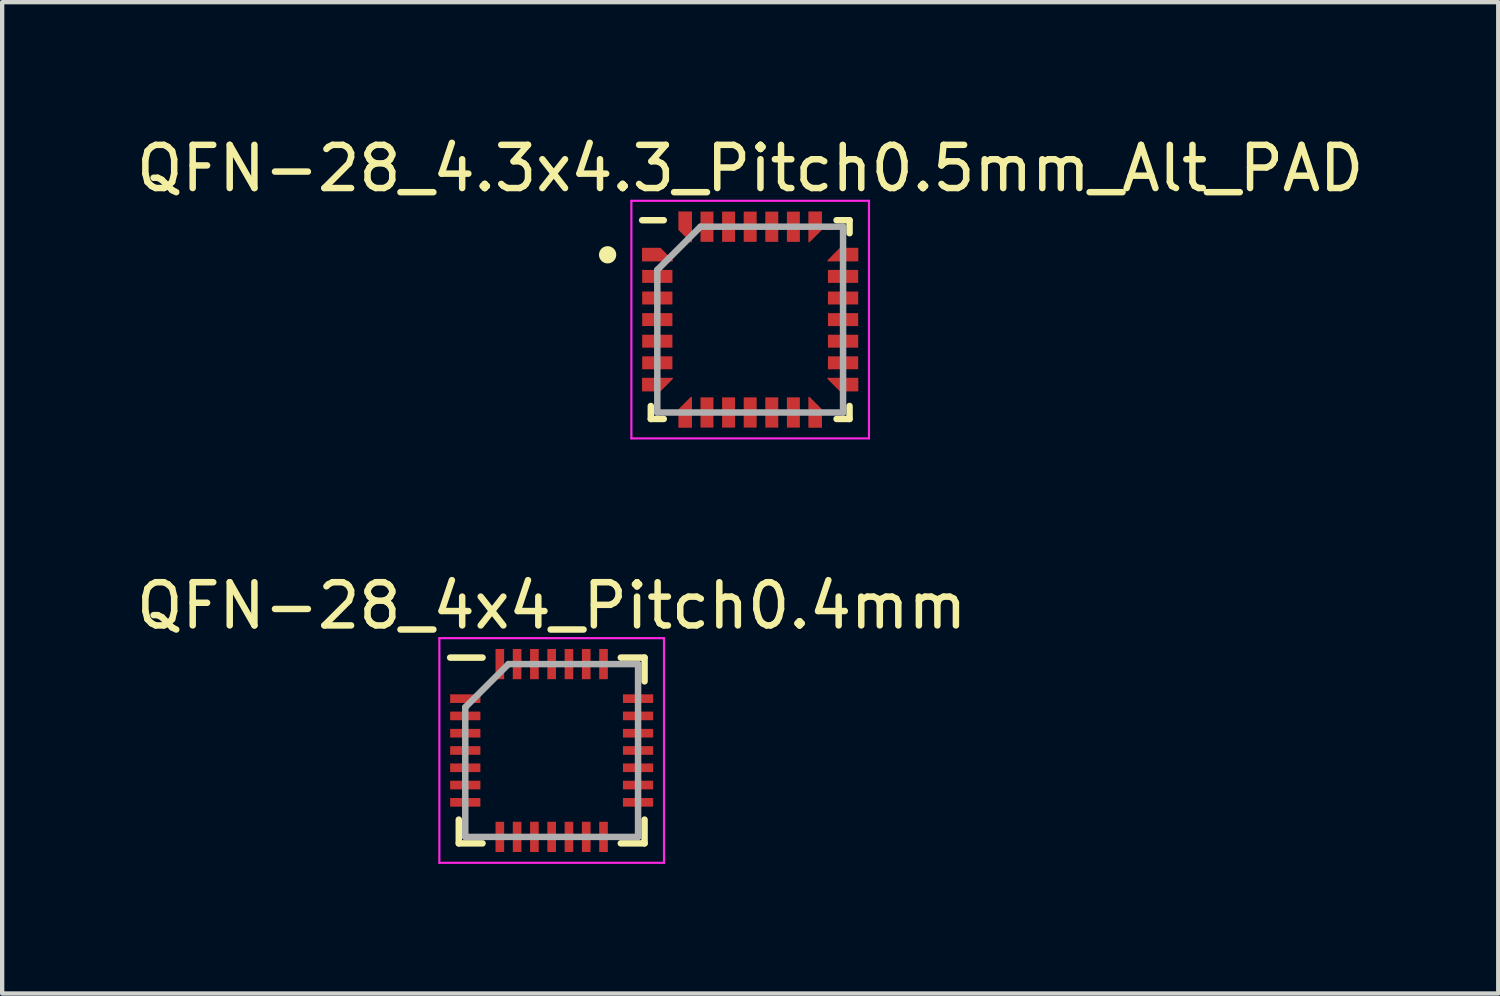
<source format=kicad_pcb>
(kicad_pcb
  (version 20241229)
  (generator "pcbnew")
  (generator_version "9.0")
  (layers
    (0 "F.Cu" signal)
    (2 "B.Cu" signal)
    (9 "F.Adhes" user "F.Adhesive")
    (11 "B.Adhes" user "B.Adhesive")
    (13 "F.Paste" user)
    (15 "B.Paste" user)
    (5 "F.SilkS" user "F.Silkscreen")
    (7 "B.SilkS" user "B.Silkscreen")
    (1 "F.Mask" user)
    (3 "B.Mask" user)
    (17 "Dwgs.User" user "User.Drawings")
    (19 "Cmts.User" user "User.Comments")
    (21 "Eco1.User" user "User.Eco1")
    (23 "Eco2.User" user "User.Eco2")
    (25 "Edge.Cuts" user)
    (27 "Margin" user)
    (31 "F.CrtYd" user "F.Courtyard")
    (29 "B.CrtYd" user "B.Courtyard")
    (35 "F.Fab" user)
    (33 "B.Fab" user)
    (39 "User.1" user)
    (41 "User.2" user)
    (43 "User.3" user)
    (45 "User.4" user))
  (footprint "QFN-28_4.3x4.3_Pitch0.5mm_Alt_PAD"
    (layer "F.Cu")
    (at 14.315 4.348)
    (property "Reference" "QFN-28_4.3x4.3_Pitch0.5mm_Alt_PAD" (at 0 -3.5 0) (layer "F.SilkS") (effects (font (size 1 1) (thickness 0.15))))
    (attr smd)
    (fp_line (start -2.3 2.3) (end -2.3 2) (stroke (width 0.15) (type solid)) (layer "F.SilkS"))
    (fp_line (start -2 -2.3) (end -2.5 -2.3) (stroke (width 0.15) (type solid)) (layer "F.SilkS"))
    (fp_line (start -2 2.3) (end -2.3 2.3) (stroke (width 0.15) (type solid)) (layer "F.SilkS"))
    (fp_line (start 2 -2.3) (end 2.3 -2.3) (stroke (width 0.15) (type solid)) (layer "F.SilkS"))
    (fp_line (start 2 2.3) (end 2.3 2.3) (stroke (width 0.15) (type solid)) (layer "F.SilkS"))
    (fp_line (start 2.3 -2.3) (end 2.3 -2) (stroke (width 0.15) (type solid)) (layer "F.SilkS"))
    (fp_line (start 2.3 2.3) (end 2.3 2) (stroke (width 0.15) (type solid)) (layer "F.SilkS"))
    (fp_circle (center -3.3 -1.5) (end -3.4 -1.5) (stroke (width 0.2) (type solid)) (fill no) (layer "F.SilkS"))
    (fp_line (start -2.75 -2.75) (end 2.75 -2.75) (stroke (width 0.05) (type solid)) (layer "F.CrtYd"))
    (fp_line (start -2.75 2.75) (end -2.75 -2.75) (stroke (width 0.05) (type solid)) (layer "F.CrtYd"))
    (fp_line (start 2.75 -2.75) (end 2.75 2.75) (stroke (width 0.05) (type solid)) (layer "F.CrtYd"))
    (fp_line (start 2.75 2.75) (end -2.75 2.75) (stroke (width 0.05) (type solid)) (layer "F.CrtYd"))
    (fp_line (start -2.15 -1.15) (end -2.15 2.15) (stroke (width 0.15) (type solid)) (layer "F.Fab"))
    (fp_line (start -2.15 2.15) (end 2.15 2.15) (stroke (width 0.15) (type solid)) (layer "F.Fab"))
    (fp_line (start -1.15 -2.15) (end -2.15 -1.15) (stroke (width 0.15) (type solid)) (layer "F.Fab"))
    (fp_line (start 2.15 -2.15) (end -1.15 -2.15) (stroke (width 0.15) (type solid)) (layer "F.Fab"))
    (fp_line (start 2.15 2.15) (end 2.15 -2.15) (stroke (width 0.15) (type solid)) (layer "F.Fab"))
    (pad "1" smd custom (at -2.15 -1.5 270) (size 0.3 0.1) (layers "F.Cu" "F.Mask" "F.Paste") (options (anchor rect)) (primitives (gr_poly (pts (xy 0.148 -0.355) (xy 0.148 0.348) (xy -0.157 0.348) (xy -0.157 -0.071) (xy 0.128 -0.355)) (width 0.01) (fill yes))))
    (pad "2" smd rect (at -2.15 -1 90) (size 0.3 0.7) (layers "F.Cu" "F.Mask" "F.Paste"))
    (pad "3" smd rect (at -2.15 -0.5 90) (size 0.3 0.7) (layers "F.Cu" "F.Mask" "F.Paste"))
    (pad "4" smd rect (at -2.15 0 90) (size 0.3 0.7) (layers "F.Cu" "F.Mask" "F.Paste"))
    (pad "5" smd rect (at -2.15 0.5 90) (size 0.3 0.7) (layers "F.Cu" "F.Mask" "F.Paste"))
    (pad "6" smd rect (at -2.15 1 90) (size 0.3 0.7) (layers "F.Cu" "F.Mask" "F.Paste"))
    (pad "7" smd custom (at -2.15 1.5 90) (size 0.3 0.1) (layers "F.Cu" "F.Mask" "F.Paste") (options (anchor rect)) (primitives (gr_poly (pts (xy 0.148 0.355) (xy 0.148 -0.348) (xy -0.157 -0.348) (xy -0.157 0.071) (xy 0.128 0.355)) (width 0.01) (fill yes))))
    (pad "8" smd custom (at -1.5 2.15) (size 0.3 0.1) (layers "F.Cu" "F.Mask" "F.Paste") (options (anchor rect)) (primitives (gr_poly (pts (xy 0.148 -0.355) (xy 0.148 0.348) (xy -0.157 0.348) (xy -0.157 -0.071) (xy 0.128 -0.355)) (width 0.01) (fill yes))))
    (pad "9" smd rect (at -1 2.15) (size 0.3 0.7) (layers "F.Cu" "F.Mask" "F.Paste"))
    (pad "10" smd rect (at -0.5 2.15) (size 0.3 0.7) (layers "F.Cu" "F.Mask" "F.Paste"))
    (pad "11" smd rect (at 0 2.15) (size 0.3 0.7) (layers "F.Cu" "F.Mask" "F.Paste"))
    (pad "12" smd rect (at 0.5 2.15) (size 0.3 0.7) (layers "F.Cu" "F.Mask" "F.Paste"))
    (pad "13" smd rect (at 1 2.15) (size 0.3 0.7) (layers "F.Cu" "F.Mask" "F.Paste"))
    (pad "14" smd custom (at 1.5 2.15 180) (size 0.3 0.1) (layers "F.Cu" "F.Mask" "F.Paste") (options (anchor rect)) (primitives (gr_poly (pts (xy 0.148 0.355) (xy 0.148 -0.348) (xy -0.157 -0.348) (xy -0.157 0.071) (xy 0.128 0.355)) (width 0.01) (fill yes))))
    (pad "15" smd custom (at 2.15 1.5 90) (size 0.3 0.1) (layers "F.Cu" "F.Mask" "F.Paste") (options (anchor rect)) (primitives (gr_poly (pts (xy 0.148 -0.355) (xy 0.148 0.348) (xy -0.157 0.348) (xy -0.157 -0.071) (xy 0.128 -0.355)) (width 0.01) (fill yes))))
    (pad "16" smd rect (at 2.15 1 90) (size 0.3 0.7) (layers "F.Cu" "F.Mask" "F.Paste"))
    (pad "17" smd rect (at 2.15 0.5 90) (size 0.3 0.7) (layers "F.Cu" "F.Mask" "F.Paste"))
    (pad "18" smd rect (at 2.15 0 90) (size 0.3 0.7) (layers "F.Cu" "F.Mask" "F.Paste"))
    (pad "19" smd rect (at 2.15 -0.5 90) (size 0.3 0.7) (layers "F.Cu" "F.Mask" "F.Paste"))
    (pad "20" smd rect (at 2.15 -1 90) (size 0.3 0.7) (layers "F.Cu" "F.Mask" "F.Paste"))
    (pad "21" smd custom (at 2.15 -1.5 270) (size 0.3 0.1) (layers "F.Cu" "F.Mask" "F.Paste") (options (anchor rect)) (primitives (gr_poly (pts (xy 0.148 0.355) (xy 0.148 -0.348) (xy -0.157 -0.348) (xy -0.157 0.071) (xy 0.128 0.355)) (width 0.01) (fill yes))))
    (pad "22" smd custom (at 1.5 -2.15 180) (size 0.3 0.1) (layers "F.Cu" "F.Mask" "F.Paste") (options (anchor rect)) (primitives (gr_poly (pts (xy 0.148 -0.355) (xy 0.148 0.348) (xy -0.157 0.348) (xy -0.157 -0.071) (xy 0.128 -0.355)) (width 0.01) (fill yes))))
    (pad "23" smd rect (at 1 -2.15) (size 0.3 0.7) (layers "F.Cu" "F.Mask" "F.Paste"))
    (pad "24" smd rect (at 0.5 -2.15) (size 0.3 0.7) (layers "F.Cu" "F.Mask" "F.Paste"))
    (pad "25" smd rect (at 0 -2.15) (size 0.3 0.7) (layers "F.Cu" "F.Mask" "F.Paste"))
    (pad "26" smd rect (at -0.5 -2.15) (size 0.3 0.7) (layers "F.Cu" "F.Mask" "F.Paste"))
    (pad "27" smd rect (at -1 -2.15) (size 0.3 0.7) (layers "F.Cu" "F.Mask" "F.Paste"))
    (pad "28" smd custom (at -1.5 -2.15) (size 0.3 0.1) (layers "F.Cu" "F.Mask" "F.Paste") (options (anchor rect)) (primitives (gr_poly (pts (xy 0.148 0.355) (xy 0.148 -0.348) (xy -0.157 -0.348) (xy -0.157 0.071) (xy 0.128 0.355)) (width 0.01) (fill yes)))))
  (footprint "QFN-28_4x4_Pitch0.4mm"
    (layer "F.Cu")
    (at 9.72 14.322)
    (property "Reference" "QFN-28_4x4_Pitch0.4mm" (at 0 -3.35 0) (layer "F.SilkS") (effects (font (size 1 1) (thickness 0.15))))
    (attr smd)
    (fp_line (start -2.15 2.15) (end -2.15 1.6) (stroke (width 0.15) (type solid)) (layer "F.SilkS"))
    (fp_line (start -1.6 -2.15) (end -2.35 -2.15) (stroke (width 0.15) (type solid)) (layer "F.SilkS"))
    (fp_line (start -1.6 2.15) (end -2.15 2.15) (stroke (width 0.15) (type solid)) (layer "F.SilkS"))
    (fp_line (start 1.6 -2.15) (end 2.15 -2.15) (stroke (width 0.15) (type solid)) (layer "F.SilkS"))
    (fp_line (start 1.6 2.15) (end 2.15 2.15) (stroke (width 0.15) (type solid)) (layer "F.SilkS"))
    (fp_line (start 2.15 -2.15) (end 2.15 -1.6) (stroke (width 0.15) (type solid)) (layer "F.SilkS"))
    (fp_line (start 2.15 2.15) (end 2.15 1.6) (stroke (width 0.15) (type solid)) (layer "F.SilkS"))
    (fp_line (start -2.6 -2.6) (end 2.6 -2.6) (stroke (width 0.05) (type solid)) (layer "F.CrtYd"))
    (fp_line (start -2.6 2.6) (end -2.6 -2.6) (stroke (width 0.05) (type solid)) (layer "F.CrtYd"))
    (fp_line (start 2.6 -2.6) (end 2.6 2.6) (stroke (width 0.05) (type solid)) (layer "F.CrtYd"))
    (fp_line (start 2.6 2.6) (end -2.6 2.6) (stroke (width 0.05) (type solid)) (layer "F.CrtYd"))
    (fp_line (start -2 -1) (end -2 2) (stroke (width 0.15) (type solid)) (layer "F.Fab"))
    (fp_line (start -2 2) (end 2 2) (stroke (width 0.15) (type solid)) (layer "F.Fab"))
    (fp_line (start -1 -2) (end -2 -1) (stroke (width 0.15) (type solid)) (layer "F.Fab"))
    (fp_line (start 2 -2) (end -1 -2) (stroke (width 0.15) (type solid)) (layer "F.Fab"))
    (fp_line (start 2 2) (end 2 -2) (stroke (width 0.15) (type solid)) (layer "F.Fab"))
    (pad "1" smd rect (at -2 -1.2 90) (size 0.2 0.7) (layers "F.Cu" "F.Mask" "F.Paste"))
    (pad "2" smd rect (at -2 -0.8 90) (size 0.2 0.7) (layers "F.Cu" "F.Mask" "F.Paste"))
    (pad "3" smd rect (at -2 -0.4 90) (size 0.2 0.7) (layers "F.Cu" "F.Mask" "F.Paste"))
    (pad "4" smd rect (at -2 0 90) (size 0.2 0.7) (layers "F.Cu" "F.Mask" "F.Paste"))
    (pad "5" smd rect (at -2 0.4 90) (size 0.2 0.7) (layers "F.Cu" "F.Mask" "F.Paste"))
    (pad "6" smd rect (at -2 0.8 90) (size 0.2 0.7) (layers "F.Cu" "F.Mask" "F.Paste"))
    (pad "7" smd rect (at -2 1.2 90) (size 0.2 0.7) (layers "F.Cu" "F.Mask" "F.Paste"))
    (pad "8" smd rect (at -1.2 2) (size 0.2 0.7) (layers "F.Cu" "F.Mask" "F.Paste"))
    (pad "9" smd rect (at -0.8 2) (size 0.2 0.7) (layers "F.Cu" "F.Mask" "F.Paste"))
    (pad "10" smd rect (at -0.4 2) (size 0.2 0.7) (layers "F.Cu" "F.Mask" "F.Paste"))
    (pad "11" smd rect (at 0 2) (size 0.2 0.7) (layers "F.Cu" "F.Mask" "F.Paste"))
    (pad "12" smd rect (at 0.4 2) (size 0.2 0.7) (layers "F.Cu" "F.Mask" "F.Paste"))
    (pad "13" smd rect (at 0.8 2) (size 0.2 0.7) (layers "F.Cu" "F.Mask" "F.Paste"))
    (pad "14" smd rect (at 1.2 2) (size 0.2 0.7) (layers "F.Cu" "F.Mask" "F.Paste"))
    (pad "15" smd rect (at 2 1.2 90) (size 0.2 0.7) (layers "F.Cu" "F.Mask" "F.Paste"))
    (pad "16" smd rect (at 2 0.8 90) (size 0.2 0.7) (layers "F.Cu" "F.Mask" "F.Paste"))
    (pad "17" smd rect (at 2 0.4 90) (size 0.2 0.7) (layers "F.Cu" "F.Mask" "F.Paste"))
    (pad "18" smd rect (at 2 0 90) (size 0.2 0.7) (layers "F.Cu" "F.Mask" "F.Paste"))
    (pad "19" smd rect (at 2 -0.4 90) (size 0.2 0.7) (layers "F.Cu" "F.Mask" "F.Paste"))
    (pad "20" smd rect (at 2 -0.8 90) (size 0.2 0.7) (layers "F.Cu" "F.Mask" "F.Paste"))
    (pad "21" smd rect (at 2 -1.2 90) (size 0.2 0.7) (layers "F.Cu" "F.Mask" "F.Paste"))
    (pad "22" smd rect (at 1.2 -2) (size 0.2 0.7) (layers "F.Cu" "F.Mask" "F.Paste"))
    (pad "23" smd rect (at 0.8 -2) (size 0.2 0.7) (layers "F.Cu" "F.Mask" "F.Paste"))
    (pad "24" smd rect (at 0.4 -2) (size 0.2 0.7) (layers "F.Cu" "F.Mask" "F.Paste"))
    (pad "25" smd rect (at 0 -2) (size 0.2 0.7) (layers "F.Cu" "F.Mask" "F.Paste"))
    (pad "26" smd rect (at -0.4 -2) (size 0.2 0.7) (layers "F.Cu" "F.Mask" "F.Paste"))
    (pad "27" smd rect (at -0.8 -2) (size 0.2 0.7) (layers "F.Cu" "F.Mask" "F.Paste"))
    (pad "28" smd rect (at -1.2 -2) (size 0.2 0.7) (layers "F.Cu" "F.Mask" "F.Paste")))
  (gr_rect
    (start -3 -3)
    (end 31.631 19.947)
    (stroke (width 0.1) (type default))
    (fill no)
    (layer "Edge.Cuts")))
</source>
